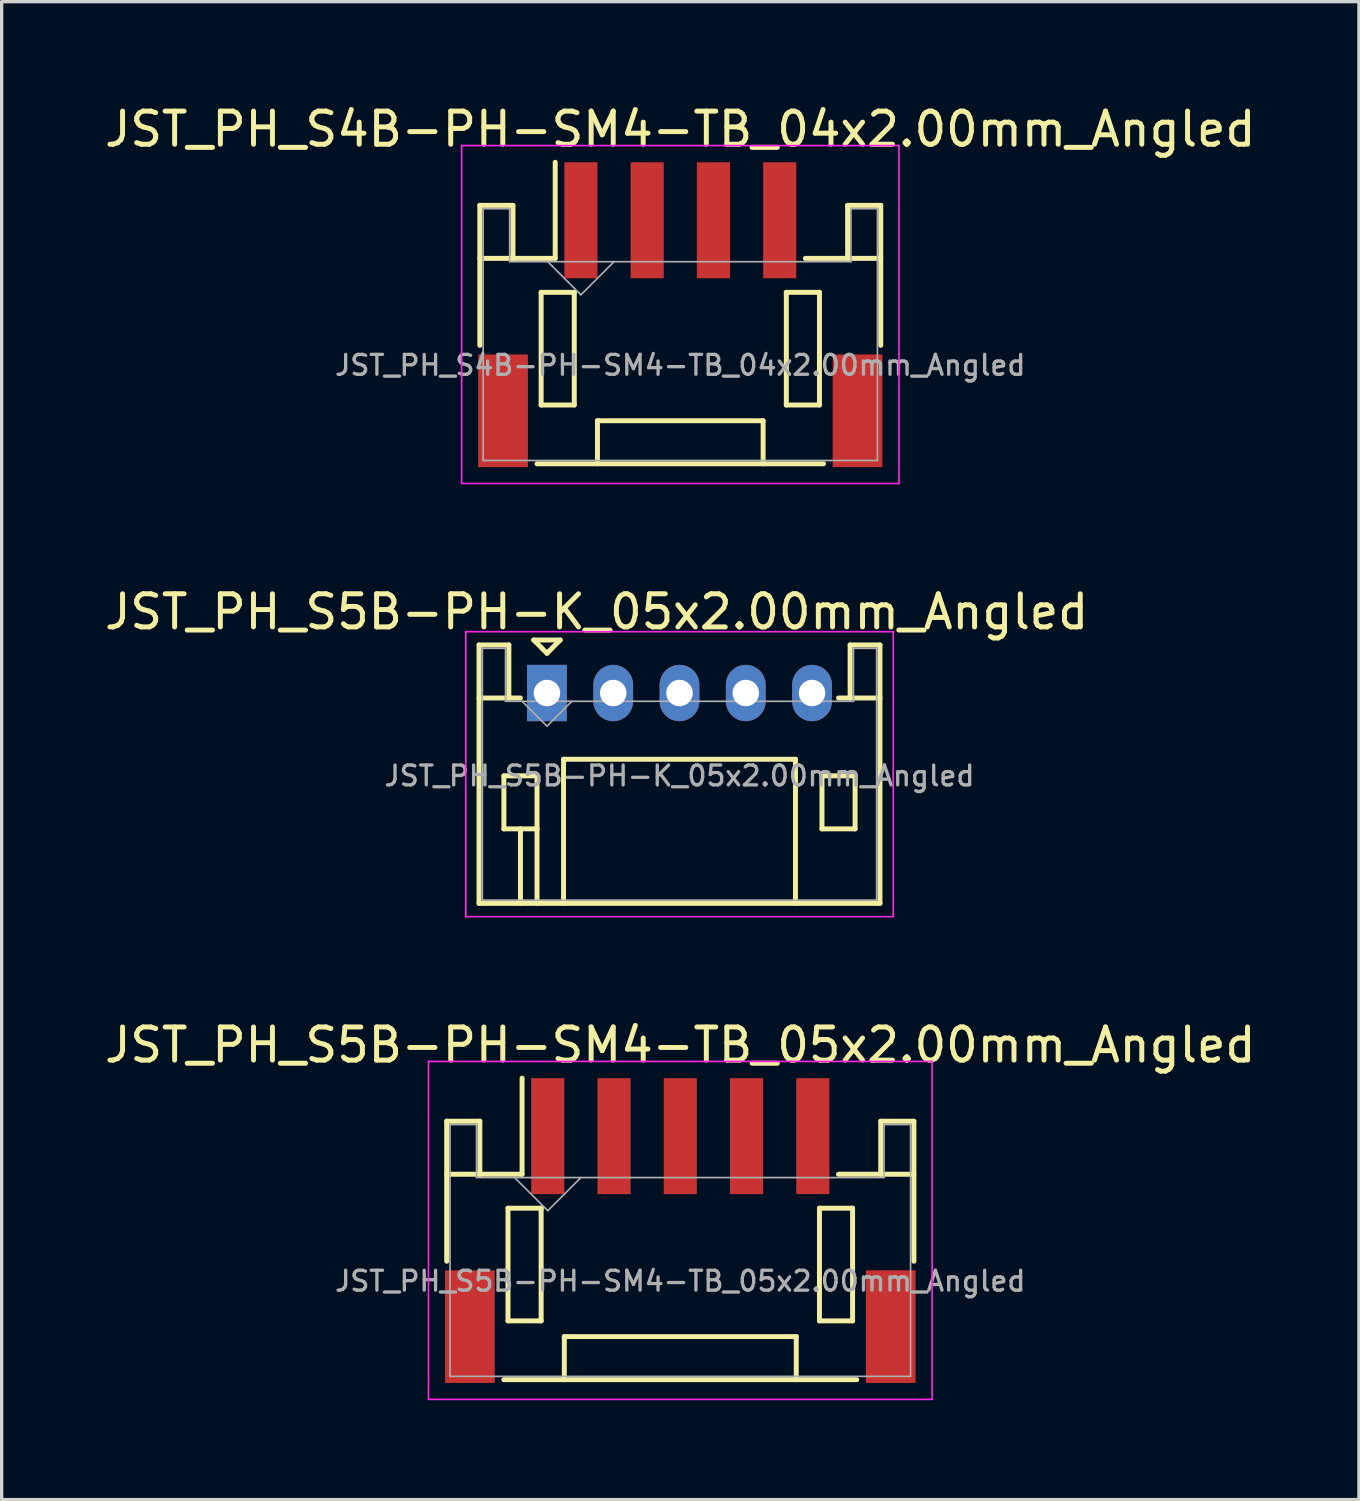
<source format=kicad_pcb>
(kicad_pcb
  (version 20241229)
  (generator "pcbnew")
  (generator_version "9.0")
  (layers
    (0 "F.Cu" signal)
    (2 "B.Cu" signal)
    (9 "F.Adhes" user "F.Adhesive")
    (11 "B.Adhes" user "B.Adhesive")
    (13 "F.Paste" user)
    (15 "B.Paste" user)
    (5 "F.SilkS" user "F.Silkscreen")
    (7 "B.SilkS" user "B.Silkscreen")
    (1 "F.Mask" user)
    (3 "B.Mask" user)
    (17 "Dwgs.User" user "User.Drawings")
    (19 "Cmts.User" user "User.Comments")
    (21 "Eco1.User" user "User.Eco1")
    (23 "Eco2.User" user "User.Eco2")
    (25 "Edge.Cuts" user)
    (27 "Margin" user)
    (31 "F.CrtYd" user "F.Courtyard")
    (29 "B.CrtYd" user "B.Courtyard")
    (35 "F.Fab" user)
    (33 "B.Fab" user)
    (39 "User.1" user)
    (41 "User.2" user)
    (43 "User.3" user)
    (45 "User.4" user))
  (footprint "JST_PH_S5B-PH-SM4-TB_05x2.00mm_Angled"
    (layer "F.Cu")
    (at 17.482 34.115)
    (property "Reference" "JST_PH_S5B-PH-SM4-TB_05x2.00mm_Angled" (at 0 1.5 0) (layer "F.Fab") (effects (font (size 0.6 0.6) (thickness 0.1))))
    (attr smd)
    (fp_line (start -7.05 -3.325) (end -7.05 0.9) (stroke (width 0.15) (type solid)) (layer "F.SilkS"))
    (fp_line (start -7.05 -1.725) (end -6.05 -1.725) (stroke (width 0.15) (type solid)) (layer "F.SilkS"))
    (fp_line (start -6.05 -3.325) (end -7.05 -3.325) (stroke (width 0.15) (type solid)) (layer "F.SilkS"))
    (fp_line (start -6.05 -1.725) (end -6.05 -3.325) (stroke (width 0.15) (type solid)) (layer "F.SilkS"))
    (fp_line (start -5.325 4.475) (end 5.325 4.475) (stroke (width 0.15) (type solid)) (layer "F.SilkS"))
    (fp_line (start -5.2 -0.7) (end -5.2 2.7) (stroke (width 0.15) (type solid)) (layer "F.SilkS"))
    (fp_line (start -5.2 2.7) (end -4.2 2.7) (stroke (width 0.15) (type solid)) (layer "F.SilkS"))
    (fp_line (start -4.775 -1.725) (end -6.05 -1.725) (stroke (width 0.15) (type solid)) (layer "F.SilkS"))
    (fp_line (start -4.775 -1.725) (end -4.775 -4.625) (stroke (width 0.15) (type solid)) (layer "F.SilkS"))
    (fp_line (start -4.2 -0.7) (end -5.2 -0.7) (stroke (width 0.15) (type solid)) (layer "F.SilkS"))
    (fp_line (start -4.2 2.7) (end -4.2 -0.7) (stroke (width 0.15) (type solid)) (layer "F.SilkS"))
    (fp_line (start -3.5 3.175) (end 3.5 3.175) (stroke (width 0.15) (type solid)) (layer "F.SilkS"))
    (fp_line (start -3.5 4.475) (end -3.5 3.175) (stroke (width 0.15) (type solid)) (layer "F.SilkS"))
    (fp_line (start 3.5 3.175) (end 3.5 4.475) (stroke (width 0.15) (type solid)) (layer "F.SilkS"))
    (fp_line (start 4.2 -0.7) (end 5.2 -0.7) (stroke (width 0.15) (type solid)) (layer "F.SilkS"))
    (fp_line (start 4.2 2.7) (end 4.2 -0.7) (stroke (width 0.15) (type solid)) (layer "F.SilkS"))
    (fp_line (start 5.2 -0.7) (end 5.2 2.7) (stroke (width 0.15) (type solid)) (layer "F.SilkS"))
    (fp_line (start 5.2 2.7) (end 4.2 2.7) (stroke (width 0.15) (type solid)) (layer "F.SilkS"))
    (fp_line (start 6.05 -3.325) (end 6.05 -1.725) (stroke (width 0.15) (type solid)) (layer "F.SilkS"))
    (fp_line (start 6.05 -1.725) (end 4.775 -1.725) (stroke (width 0.15) (type solid)) (layer "F.SilkS"))
    (fp_line (start 7.05 -3.325) (end 6.05 -3.325) (stroke (width 0.15) (type solid)) (layer "F.SilkS"))
    (fp_line (start 7.05 -1.725) (end 6.05 -1.725) (stroke (width 0.15) (type solid)) (layer "F.SilkS"))
    (fp_line (start 7.05 0.9) (end 7.05 -3.325) (stroke (width 0.15) (type solid)) (layer "F.SilkS"))
    (fp_line (start -7.6 -5.13) (end -7.6 5.07) (stroke (width 0.05) (type solid)) (layer "F.CrtYd"))
    (fp_line (start -7.6 5.07) (end 7.6 5.07) (stroke (width 0.05) (type solid)) (layer "F.CrtYd"))
    (fp_line (start 7.6 -5.13) (end -7.6 -5.13) (stroke (width 0.05) (type solid)) (layer "F.CrtYd"))
    (fp_line (start 7.6 5.07) (end 7.6 -5.13) (stroke (width 0.05) (type solid)) (layer "F.CrtYd"))
    (fp_line (start -6.95 -3.225) (end -6.95 4.375) (stroke (width 0.05) (type solid)) (layer "F.Fab"))
    (fp_line (start -6.95 4.375) (end 6.95 4.375) (stroke (width 0.05) (type solid)) (layer "F.Fab"))
    (fp_line (start -6.15 -3.225) (end -6.95 -3.225) (stroke (width 0.05) (type solid)) (layer "F.Fab"))
    (fp_line (start -6.15 -1.625) (end -6.15 -3.225) (stroke (width 0.05) (type solid)) (layer "F.Fab"))
    (fp_line (start -5 -1.625) (end -4 -0.625) (stroke (width 0.05) (type solid)) (layer "F.Fab"))
    (fp_line (start -4 -0.625) (end -3 -1.625) (stroke (width 0.05) (type solid)) (layer "F.Fab"))
    (fp_line (start 6.15 -3.225) (end 6.15 -1.625) (stroke (width 0.05) (type solid)) (layer "F.Fab"))
    (fp_line (start 6.15 -1.625) (end -6.15 -1.625) (stroke (width 0.05) (type solid)) (layer "F.Fab"))
    (fp_line (start 6.95 -3.225) (end 6.15 -3.225) (stroke (width 0.05) (type solid)) (layer "F.Fab"))
    (fp_line (start 6.95 4.375) (end 6.95 -3.225) (stroke (width 0.05) (type solid)) (layer "F.Fab"))
    (fp_text user "${REFERENCE}" (at 0 -5.625 0) (layer "F.SilkS") (effects (font (size 1 1) (thickness 0.15))))
    (pad "" smd rect (at -6.35 2.875) (size 1.5 3.4) (layers "F.Cu" "F.Mask" "F.Paste"))
    (pad "" smd rect (at 6.35 2.875) (size 1.5 3.4) (layers "F.Cu" "F.Mask" "F.Paste"))
    (pad "1" smd rect (at -4 -2.875) (size 1 3.5) (layers "F.Cu" "F.Mask" "F.Paste"))
    (pad "2" smd rect (at -2 -2.875) (size 1 3.5) (layers "F.Cu" "F.Mask" "F.Paste"))
    (pad "3" smd rect (at 0 -2.875) (size 1 3.5) (layers "F.Cu" "F.Mask" "F.Paste"))
    (pad "4" smd rect (at 2 -2.875) (size 1 3.5) (layers "F.Cu" "F.Mask" "F.Paste"))
    (pad "5" smd rect (at 4 -2.875) (size 1 3.5) (layers "F.Cu" "F.Mask" "F.Paste")))
  (footprint "JST_PH_S4B-PH-SM4-TB_04x2.00mm_Angled"
    (layer "F.Cu")
    (at 17.482 6.473)
    (property "Reference" "JST_PH_S4B-PH-SM4-TB_04x2.00mm_Angled" (at 0 1.5 0) (layer "F.Fab") (effects (font (size 0.6 0.6) (thickness 0.1))))
    (attr smd)
    (fp_line (start -6.05 -3.325) (end -6.05 0.9) (stroke (width 0.15) (type solid)) (layer "F.SilkS"))
    (fp_line (start -6.05 -1.725) (end -5.05 -1.725) (stroke (width 0.15) (type solid)) (layer "F.SilkS"))
    (fp_line (start -5.05 -3.325) (end -6.05 -3.325) (stroke (width 0.15) (type solid)) (layer "F.SilkS"))
    (fp_line (start -5.05 -1.725) (end -5.05 -3.325) (stroke (width 0.15) (type solid)) (layer "F.SilkS"))
    (fp_line (start -4.325 4.475) (end 4.325 4.475) (stroke (width 0.15) (type solid)) (layer "F.SilkS"))
    (fp_line (start -4.2 -0.7) (end -4.2 2.7) (stroke (width 0.15) (type solid)) (layer "F.SilkS"))
    (fp_line (start -4.2 2.7) (end -3.2 2.7) (stroke (width 0.15) (type solid)) (layer "F.SilkS"))
    (fp_line (start -3.775 -1.725) (end -5.05 -1.725) (stroke (width 0.15) (type solid)) (layer "F.SilkS"))
    (fp_line (start -3.775 -1.725) (end -3.775 -4.625) (stroke (width 0.15) (type solid)) (layer "F.SilkS"))
    (fp_line (start -3.2 -0.7) (end -4.2 -0.7) (stroke (width 0.15) (type solid)) (layer "F.SilkS"))
    (fp_line (start -3.2 2.7) (end -3.2 -0.7) (stroke (width 0.15) (type solid)) (layer "F.SilkS"))
    (fp_line (start -2.5 3.175) (end 2.5 3.175) (stroke (width 0.15) (type solid)) (layer "F.SilkS"))
    (fp_line (start -2.5 4.475) (end -2.5 3.175) (stroke (width 0.15) (type solid)) (layer "F.SilkS"))
    (fp_line (start 2.5 3.175) (end 2.5 4.475) (stroke (width 0.15) (type solid)) (layer "F.SilkS"))
    (fp_line (start 3.2 -0.7) (end 4.2 -0.7) (stroke (width 0.15) (type solid)) (layer "F.SilkS"))
    (fp_line (start 3.2 2.7) (end 3.2 -0.7) (stroke (width 0.15) (type solid)) (layer "F.SilkS"))
    (fp_line (start 4.2 -0.7) (end 4.2 2.7) (stroke (width 0.15) (type solid)) (layer "F.SilkS"))
    (fp_line (start 4.2 2.7) (end 3.2 2.7) (stroke (width 0.15) (type solid)) (layer "F.SilkS"))
    (fp_line (start 5.05 -3.325) (end 5.05 -1.725) (stroke (width 0.15) (type solid)) (layer "F.SilkS"))
    (fp_line (start 5.05 -1.725) (end 3.775 -1.725) (stroke (width 0.15) (type solid)) (layer "F.SilkS"))
    (fp_line (start 6.05 -3.325) (end 5.05 -3.325) (stroke (width 0.15) (type solid)) (layer "F.SilkS"))
    (fp_line (start 6.05 -1.725) (end 5.05 -1.725) (stroke (width 0.15) (type solid)) (layer "F.SilkS"))
    (fp_line (start 6.05 0.9) (end 6.05 -3.325) (stroke (width 0.15) (type solid)) (layer "F.SilkS"))
    (fp_line (start -6.6 -5.13) (end -6.6 5.07) (stroke (width 0.05) (type solid)) (layer "F.CrtYd"))
    (fp_line (start -6.6 5.07) (end 6.6 5.07) (stroke (width 0.05) (type solid)) (layer "F.CrtYd"))
    (fp_line (start 6.6 -5.13) (end -6.6 -5.13) (stroke (width 0.05) (type solid)) (layer "F.CrtYd"))
    (fp_line (start 6.6 5.07) (end 6.6 -5.13) (stroke (width 0.05) (type solid)) (layer "F.CrtYd"))
    (fp_line (start -5.95 -3.225) (end -5.95 4.375) (stroke (width 0.05) (type solid)) (layer "F.Fab"))
    (fp_line (start -5.95 4.375) (end 5.95 4.375) (stroke (width 0.05) (type solid)) (layer "F.Fab"))
    (fp_line (start -5.15 -3.225) (end -5.95 -3.225) (stroke (width 0.05) (type solid)) (layer "F.Fab"))
    (fp_line (start -5.15 -1.625) (end -5.15 -3.225) (stroke (width 0.05) (type solid)) (layer "F.Fab"))
    (fp_line (start -4 -1.625) (end -3 -0.625) (stroke (width 0.05) (type solid)) (layer "F.Fab"))
    (fp_line (start -3 -0.625) (end -2 -1.625) (stroke (width 0.05) (type solid)) (layer "F.Fab"))
    (fp_line (start 5.15 -3.225) (end 5.15 -1.625) (stroke (width 0.05) (type solid)) (layer "F.Fab"))
    (fp_line (start 5.15 -1.625) (end -5.15 -1.625) (stroke (width 0.05) (type solid)) (layer "F.Fab"))
    (fp_line (start 5.95 -3.225) (end 5.15 -3.225) (stroke (width 0.05) (type solid)) (layer "F.Fab"))
    (fp_line (start 5.95 4.375) (end 5.95 -3.225) (stroke (width 0.05) (type solid)) (layer "F.Fab"))
    (fp_text user "${REFERENCE}" (at 0 -5.625 0) (layer "F.SilkS") (effects (font (size 1 1) (thickness 0.15))))
    (pad "" smd rect (at -5.35 2.875) (size 1.5 3.4) (layers "F.Cu" "F.Mask" "F.Paste"))
    (pad "" smd rect (at 5.35 2.875) (size 1.5 3.4) (layers "F.Cu" "F.Mask" "F.Paste"))
    (pad "1" smd rect (at -3 -2.875) (size 1 3.5) (layers "F.Cu" "F.Mask" "F.Paste"))
    (pad "2" smd rect (at -1 -2.875) (size 1 3.5) (layers "F.Cu" "F.Mask" "F.Paste"))
    (pad "3" smd rect (at 1 -2.875) (size 1 3.5) (layers "F.Cu" "F.Mask" "F.Paste"))
    (pad "4" smd rect (at 3 -2.875) (size 1 3.5) (layers "F.Cu" "F.Mask" "F.Paste")))
  (footprint "JST_PH_S5B-PH-K_05x2.00mm_Angled"
    (layer "F.Cu")
    (at 13.458 17.866)
    (property "Reference" "JST_PH_S5B-PH-K_05x2.00mm_Angled" (at 4 2.5 0) (layer "F.Fab") (effects (font (size 0.6 0.6) (thickness 0.1))))
    (attr through_hole)
    (fp_line (start -2.05 -1.45) (end -2.05 6.35) (stroke (width 0.15) (type solid)) (layer "F.SilkS"))
    (fp_line (start -2.05 0.15) (end -1.15 0.15) (stroke (width 0.15) (type solid)) (layer "F.SilkS"))
    (fp_line (start -2.05 6.35) (end 10.05 6.35) (stroke (width 0.15) (type solid)) (layer "F.SilkS"))
    (fp_line (start -1.3 2.5) (end -1.3 4.1) (stroke (width 0.15) (type solid)) (layer "F.SilkS"))
    (fp_line (start -1.3 4.1) (end -0.3 4.1) (stroke (width 0.15) (type solid)) (layer "F.SilkS"))
    (fp_line (start -1.15 -1.45) (end -2.05 -1.45) (stroke (width 0.15) (type solid)) (layer "F.SilkS"))
    (fp_line (start -1.15 0.15) (end -1.15 -1.45) (stroke (width 0.15) (type solid)) (layer "F.SilkS"))
    (fp_line (start -0.8 0.15) (end -1.15 0.15) (stroke (width 0.15) (type solid)) (layer "F.SilkS"))
    (fp_line (start -0.8 4.1) (end -0.8 6.35) (stroke (width 0.15) (type solid)) (layer "F.SilkS"))
    (fp_line (start -0.4 -1.6) (end 0.4 -1.6) (stroke (width 0.15) (type solid)) (layer "F.SilkS"))
    (fp_line (start -0.3 2.5) (end -1.3 2.5) (stroke (width 0.15) (type solid)) (layer "F.SilkS"))
    (fp_line (start -0.3 4.1) (end -0.3 2.5) (stroke (width 0.15) (type solid)) (layer "F.SilkS"))
    (fp_line (start -0.3 4.1) (end -0.3 6.35) (stroke (width 0.15) (type solid)) (layer "F.SilkS"))
    (fp_line (start 0 -1.2) (end -0.4 -1.6) (stroke (width 0.15) (type solid)) (layer "F.SilkS"))
    (fp_line (start 0.4 -1.6) (end 0 -1.2) (stroke (width 0.15) (type solid)) (layer "F.SilkS"))
    (fp_line (start 0.5 2) (end 7.5 2) (stroke (width 0.15) (type solid)) (layer "F.SilkS"))
    (fp_line (start 0.5 6.35) (end 0.5 2) (stroke (width 0.15) (type solid)) (layer "F.SilkS"))
    (fp_line (start 7.5 2) (end 7.5 6.35) (stroke (width 0.15) (type solid)) (layer "F.SilkS"))
    (fp_line (start 8.3 2.5) (end 9.3 2.5) (stroke (width 0.15) (type solid)) (layer "F.SilkS"))
    (fp_line (start 8.3 4.1) (end 8.3 2.5) (stroke (width 0.15) (type solid)) (layer "F.SilkS"))
    (fp_line (start 9.15 -1.45) (end 9.15 0.15) (stroke (width 0.15) (type solid)) (layer "F.SilkS"))
    (fp_line (start 9.15 0.15) (end 8.8 0.15) (stroke (width 0.15) (type solid)) (layer "F.SilkS"))
    (fp_line (start 9.3 2.5) (end 9.3 4.1) (stroke (width 0.15) (type solid)) (layer "F.SilkS"))
    (fp_line (start 9.3 4.1) (end 8.3 4.1) (stroke (width 0.15) (type solid)) (layer "F.SilkS"))
    (fp_line (start 10.05 -1.45) (end 9.15 -1.45) (stroke (width 0.15) (type solid)) (layer "F.SilkS"))
    (fp_line (start 10.05 0.15) (end 9.15 0.15) (stroke (width 0.15) (type solid)) (layer "F.SilkS"))
    (fp_line (start 10.05 6.35) (end 10.05 -1.45) (stroke (width 0.15) (type solid)) (layer "F.SilkS"))
    (fp_line (start -2.45 -1.85) (end -2.45 6.75) (stroke (width 0.05) (type solid)) (layer "F.CrtYd"))
    (fp_line (start -2.45 6.75) (end 10.45 6.75) (stroke (width 0.05) (type solid)) (layer "F.CrtYd"))
    (fp_line (start 10.45 -1.85) (end -2.45 -1.85) (stroke (width 0.05) (type solid)) (layer "F.CrtYd"))
    (fp_line (start 10.45 6.75) (end 10.45 -1.85) (stroke (width 0.05) (type solid)) (layer "F.CrtYd"))
    (fp_line (start -1.95 -1.35) (end -1.95 6.25) (stroke (width 0.05) (type solid)) (layer "F.Fab"))
    (fp_line (start -1.95 6.25) (end 9.95 6.25) (stroke (width 0.05) (type solid)) (layer "F.Fab"))
    (fp_line (start -1.25 -1.35) (end -1.95 -1.35) (stroke (width 0.05) (type solid)) (layer "F.Fab"))
    (fp_line (start -1.25 0.25) (end -1.25 -1.35) (stroke (width 0.05) (type solid)) (layer "F.Fab"))
    (fp_line (start -0.75 0.25) (end 0 1) (stroke (width 0.05) (type solid)) (layer "F.Fab"))
    (fp_line (start 0 1) (end 0.75 0.25) (stroke (width 0.05) (type solid)) (layer "F.Fab"))
    (fp_line (start 9.25 -1.35) (end 9.25 0.25) (stroke (width 0.05) (type solid)) (layer "F.Fab"))
    (fp_line (start 9.25 0.25) (end -1.25 0.25) (stroke (width 0.05) (type solid)) (layer "F.Fab"))
    (fp_line (start 9.95 -1.35) (end 9.25 -1.35) (stroke (width 0.05) (type solid)) (layer "F.Fab"))
    (fp_line (start 9.95 6.25) (end 9.95 -1.35) (stroke (width 0.05) (type solid)) (layer "F.Fab"))
    (fp_text user "${REFERENCE}" (at 1.5 -2.45 0) (layer "F.SilkS") (effects (font (size 1 1) (thickness 0.15))))
    (pad "1" thru_hole rect (at 0 0) (size 1.2 1.7) (drill 0.8) (layers "*.Cu" "*.Mask"))
    (pad "2" thru_hole oval (at 2 0) (size 1.2 1.7) (drill 0.8) (layers "*.Cu" "*.Mask"))
    (pad "3" thru_hole oval (at 4 0) (size 1.2 1.7) (drill 0.8) (layers "*.Cu" "*.Mask"))
    (pad "4" thru_hole oval (at 6 0) (size 1.2 1.7) (drill 0.8) (layers "*.Cu" "*.Mask"))
    (pad "5" thru_hole oval (at 8 0) (size 1.2 1.7) (drill 0.8) (layers "*.Cu" "*.Mask")))
  (gr_rect
    (start -3 -3)
    (end 37.964 42.21)
    (stroke (width 0.1) (type default))
    (fill no)
    (layer "Edge.Cuts")))
</source>
